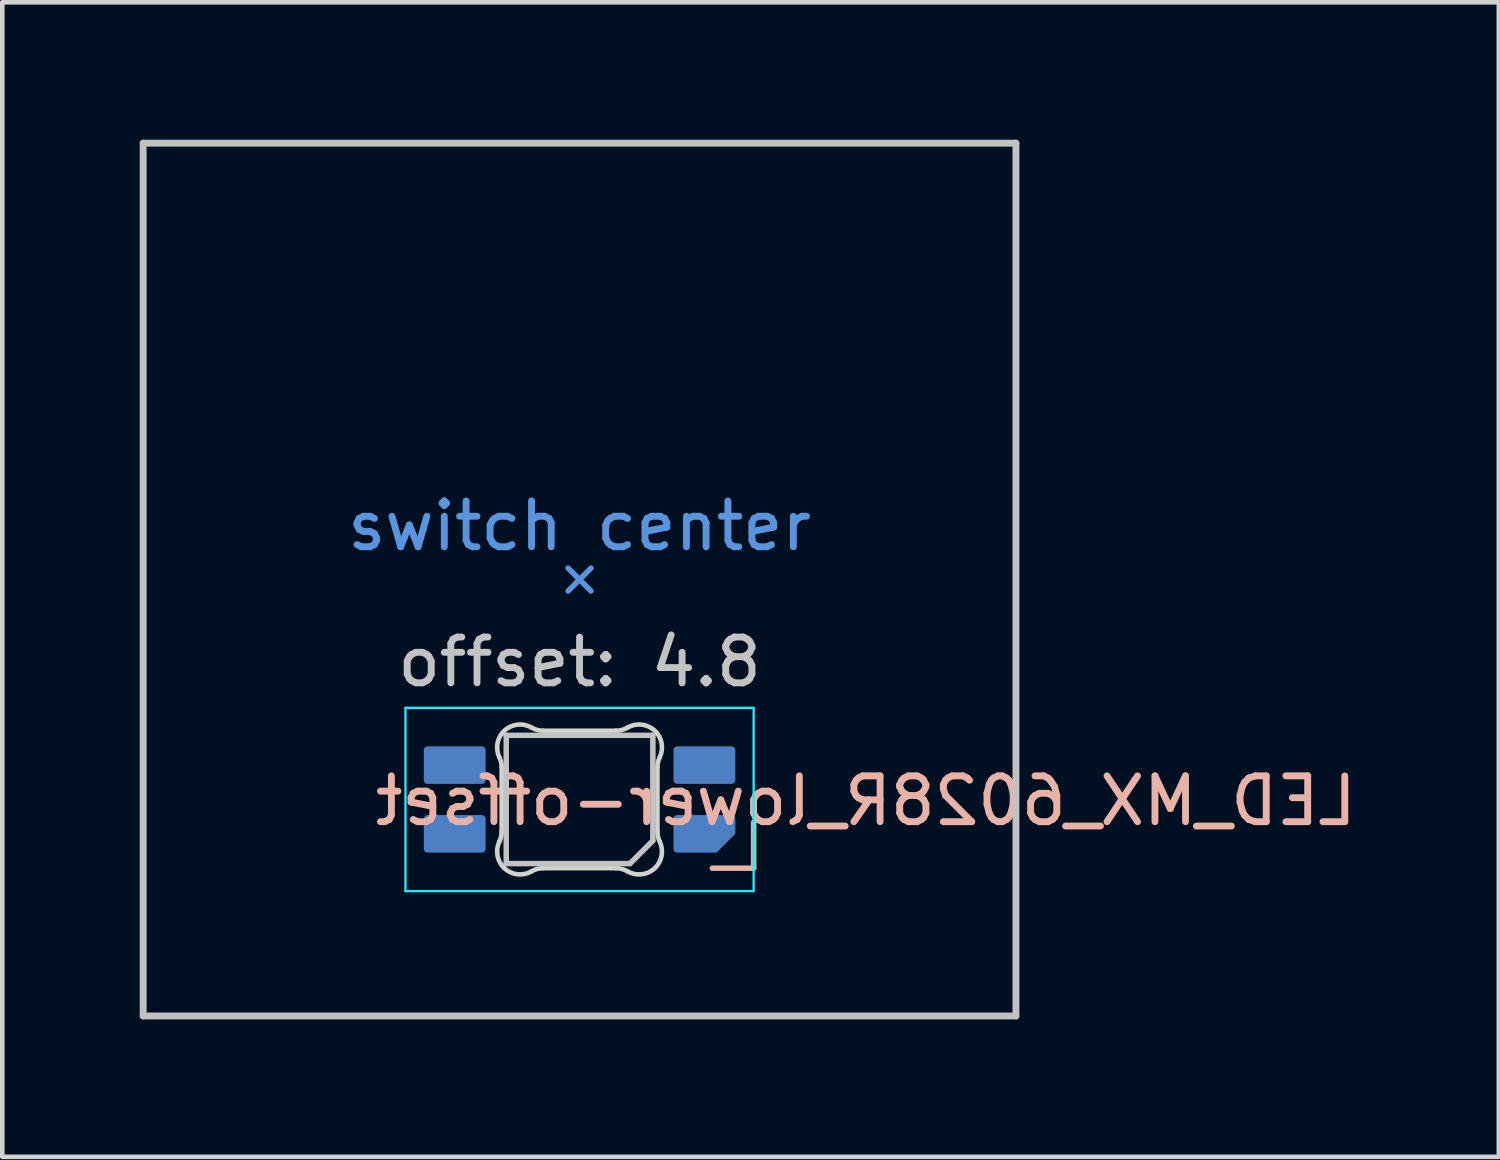
<source format=kicad_pcb>
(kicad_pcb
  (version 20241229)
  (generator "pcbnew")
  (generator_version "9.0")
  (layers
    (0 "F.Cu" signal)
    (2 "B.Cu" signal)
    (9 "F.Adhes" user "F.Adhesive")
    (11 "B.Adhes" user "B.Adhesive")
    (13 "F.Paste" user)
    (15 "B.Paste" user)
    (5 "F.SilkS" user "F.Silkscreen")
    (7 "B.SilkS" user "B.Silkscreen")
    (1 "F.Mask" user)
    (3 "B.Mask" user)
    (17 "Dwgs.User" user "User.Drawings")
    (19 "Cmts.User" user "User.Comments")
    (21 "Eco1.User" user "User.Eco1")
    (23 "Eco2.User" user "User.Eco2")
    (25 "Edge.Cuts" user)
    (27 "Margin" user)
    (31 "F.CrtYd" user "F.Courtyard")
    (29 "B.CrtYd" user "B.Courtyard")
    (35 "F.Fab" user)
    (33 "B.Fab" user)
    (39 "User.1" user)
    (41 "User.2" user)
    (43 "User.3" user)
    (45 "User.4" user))
  (footprint "LED_MX_6028R_lower-offset"
    (layer "F.Cu")
    (at 9.6 9.6)
    (property "Reference" "LED_MX_6028R_lower-offset" (at 6.25 4.83 0) (layer "B.SilkS") (effects (font (size 1 1) (thickness 0.15)) (justify mirror)))
    (attr smd)
    (fp_line (start 3.8 5.3) (end 3.8 6.3) (stroke (width 0.12) (type solid)) (layer "B.SilkS"))
    (fp_line (start 3.8 6.3) (end 2.9 6.3) (stroke (width 0.12) (type solid)) (layer "B.SilkS"))
    (fp_line (start -9.525 -9.525) (end 9.525 -9.525) (stroke (width 0.15) (type solid)) (layer "Dwgs.User"))
    (fp_line (start -9.525 9.525) (end -9.525 -9.525) (stroke (width 0.15) (type solid)) (layer "Dwgs.User"))
    (fp_line (start -1.6 3.4) (end -1.6 6.2) (stroke (width 0.12) (type solid)) (layer "Dwgs.User"))
    (fp_line (start -1.6 6.2) (end 1.1 6.2) (stroke (width 0.12) (type solid)) (layer "Dwgs.User"))
    (fp_line (start 1.6 3.4) (end -1.6 3.4) (stroke (width 0.12) (type solid)) (layer "Dwgs.User"))
    (fp_line (start 1.6 5.7) (end 1.1 6.2) (stroke (width 0.12) (type solid)) (layer "Dwgs.User"))
    (fp_line (start 1.6 5.7) (end 1.6 3.4) (stroke (width 0.12) (type solid)) (layer "Dwgs.User"))
    (fp_line (start 9.525 -9.525) (end 9.525 9.525) (stroke (width 0.15) (type solid)) (layer "Dwgs.User"))
    (fp_line (start 9.525 9.525) (end -9.525 9.525) (stroke (width 0.15) (type solid)) (layer "Dwgs.User"))
    (fp_line (start -0.25 0.25) (end 0 0) (stroke (width 0.12) (type solid)) (layer "Cmts.User"))
    (fp_line (start 0 0) (end -0.25 -0.25) (stroke (width 0.12) (type solid)) (layer "Cmts.User"))
    (fp_line (start 0 0) (end 0.25 -0.25) (stroke (width 0.12) (type solid)) (layer "Cmts.User"))
    (fp_line (start 0.25 0.25) (end 0 0) (stroke (width 0.12) (type solid)) (layer "Cmts.User"))
    (fp_line (start -1.7 5.503) (end -1.7 4.097) (stroke (width 0.1) (type solid)) (layer "Edge.Cuts"))
    (fp_line (start -0.794 3.3) (end 0.794 3.3) (stroke (width 0.1) (type solid)) (layer "Edge.Cuts"))
    (fp_line (start 0.794 6.3) (end -0.794 6.3) (stroke (width 0.1) (type solid)) (layer "Edge.Cuts"))
    (fp_line (start 1.7 4.097) (end 1.7 5.503) (stroke (width 0.1) (type solid)) (layer "Edge.Cuts"))
    (fp_arc (start -1.749484 3.880279) (mid -1.712527 3.985931) (end -1.699999 4.097157) (stroke (width 0.1) (type solid)) (layer "Edge.Cuts"))
    (fp_arc (start -1.749484 3.880279) (mid -1.638071 3.295964) (end -1.046711 3.2317) (stroke (width 0.1) (type solid)) (layer "Edge.Cuts"))
    (fp_arc (start -1.699999 5.502842) (mid -1.712527 5.614067) (end -1.749484 5.719719) (stroke (width 0.1) (type solid)) (layer "Edge.Cuts"))
    (fp_arc (start -1.046711 6.368296) (mid -1.63807 6.304033) (end -1.749484 5.719719) (stroke (width 0.1) (type solid)) (layer "Edge.Cuts"))
    (fp_arc (start -1.04671 6.368298) (mid -0.925122 6.317376) (end -0.794452 6.299999) (stroke (width 0.1) (type solid)) (layer "Edge.Cuts"))
    (fp_arc (start -0.794453 3.299999) (mid -0.925123 3.282622) (end -1.046711 3.2317) (stroke (width 0.1) (type solid)) (layer "Edge.Cuts"))
    (fp_arc (start 0.794452 6.299999) (mid 0.925123 6.317376) (end 1.046711 6.368298) (stroke (width 0.1) (type solid)) (layer "Edge.Cuts"))
    (fp_arc (start 1.046711 3.231701) (mid 0.925123 3.282623) (end 0.794453 3.3) (stroke (width 0.1) (type solid)) (layer "Edge.Cuts"))
    (fp_arc (start 1.046711 3.231701) (mid 1.63807 3.295965) (end 1.749484 3.880279) (stroke (width 0.1) (type solid)) (layer "Edge.Cuts"))
    (fp_arc (start 1.699999 4.097156) (mid 1.712527 3.985931) (end 1.749484 3.880279) (stroke (width 0.1) (type solid)) (layer "Edge.Cuts"))
    (fp_arc (start 1.749484 5.719718) (mid 1.638072 6.304034) (end 1.046711 6.368298) (stroke (width 0.1) (type solid)) (layer "Edge.Cuts"))
    (fp_arc (start 1.749484 5.719719) (mid 1.712527 5.614067) (end 1.699999 5.502841) (stroke (width 0.1) (type solid)) (layer "Edge.Cuts"))
    (fp_line (start -3.8 2.8) (end -3.8 6.8) (stroke (width 0.05) (type solid)) (layer "B.CrtYd"))
    (fp_line (start -3.8 6.8) (end 3.8 6.8) (stroke (width 0.05) (type solid)) (layer "B.CrtYd"))
    (fp_line (start 3.8 2.8) (end -3.8 2.8) (stroke (width 0.05) (type solid)) (layer "B.CrtYd"))
    (fp_line (start 3.8 6.8) (end 3.8 2.8) (stroke (width 0.05) (type solid)) (layer "B.CrtYd"))
    (fp_text user "offset: 4.8" (at 0 1.8 0) (layer "Dwgs.User") (effects (font (size 1 1) (thickness 0.15))))
    (fp_text user "switch center" (at 0 -1.17 0) (layer "Cmts.User") (effects (font (size 1 1) (thickness 0.15))))
    (pad "1" smd roundrect (at -2.725 4.05 270) (size 0.82 1.35) (layers "B.Cu" "B.Mask" "B.Paste") (roundrect_rratio 0.1))
    (pad "2" smd roundrect (at -2.725 5.55 270) (size 0.82 1.35) (layers "B.Cu" "B.Mask" "B.Paste") (roundrect_rratio 0.1))
    (pad "3" smd roundrect (at 2.725 4.05 270) (size 0.82 1.35) (layers "B.Cu" "B.Mask" "B.Paste") (roundrect_rratio 0.1))
    (pad "4" smd roundrect (at 2.725 5.55 270) (size 0.82 1.35) (layers "B.Cu" "B.Mask" "B.Paste") (roundrect_rratio 0.1) (chamfer_ratio 0.5) (chamfer top_right)))
  (gr_rect
    (start -3 -3)
    (end 29.665 22.2)
    (stroke (width 0.1) (type default))
    (fill no)
    (layer "Edge.Cuts")))
</source>
